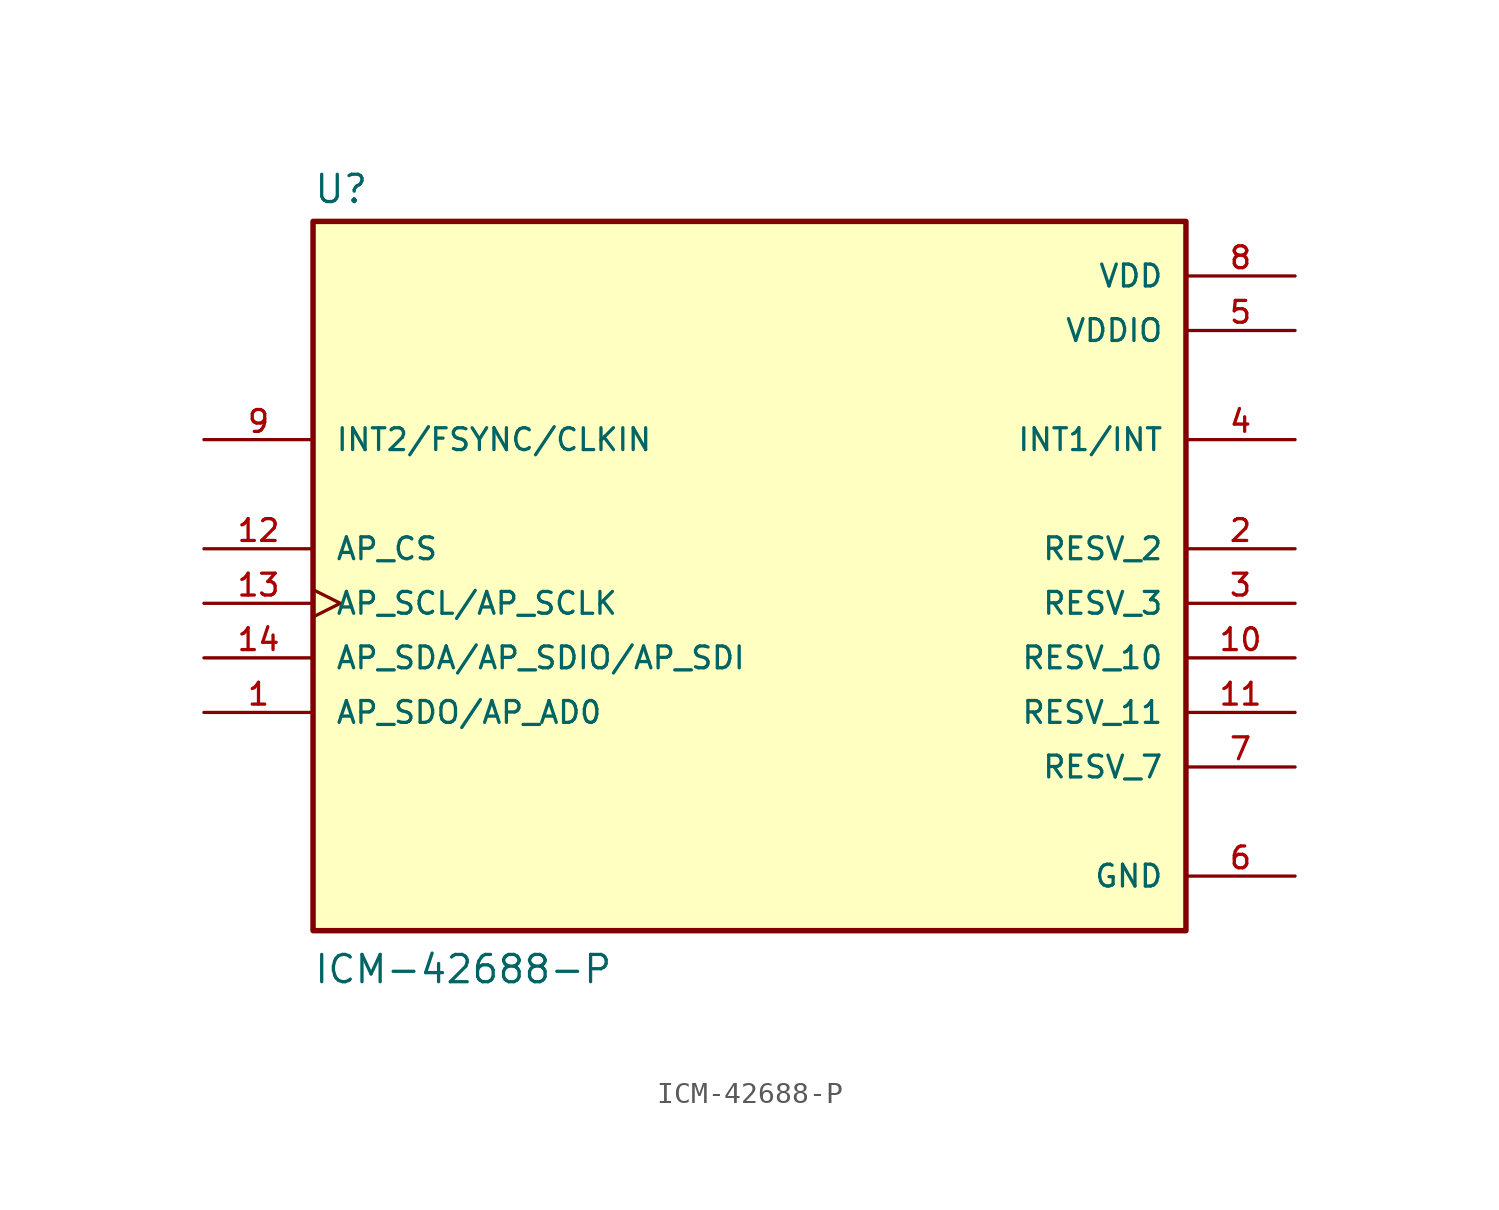
<source format=kicad_sym>
(kicad_symbol_lib
  (version 20211014)
  (generator kicad_symbol_editor)
  (symbol "ICM-42688-P"
    (pin_names
      (offset 1.016))
    (property "Reference" "U"
      (at -20.32 16.002 0)
      (effects (font (size 1.27 1.27)) (justify left bottom)))
    (property "Value" "ICM-42688-P"
      (at -20.32 -20.32 0)
      (effects (font (size 1.27 1.27)) (justify left bottom)))
    (symbol "ICM-42688-P_0_0"
      (rectangle (start -20.32 -17.78) (end 20.32 15.24) (stroke (width 0.254) (type default) (color 0 0 0 0)) (fill (type background)))
      (pin bidirectional line (at -25.4 -7.62 0) (length 5.08) (name "AP_SDO/AP_AD0" (effects (font (size 1.016 1.016)))) (number "1" (effects (font (size 1.016 1.016)))))
      (pin passive line (at 25.4 -5.08 180) (length 5.08) (name "RESV_10" (effects (font (size 1.016 1.016)))) (number "10" (effects (font (size 1.016 1.016)))))
      (pin passive line (at 25.4 -7.62 180) (length 5.08) (name "RESV_11" (effects (font (size 1.016 1.016)))) (number "11" (effects (font (size 1.016 1.016)))))
      (pin input line (at -25.4 0 0) (length 5.08) (name "AP_CS" (effects (font (size 1.016 1.016)))) (number "12" (effects (font (size 1.016 1.016)))))
      (pin input clock (at -25.4 -2.54 0) (length 5.08) (name "AP_SCL/AP_SCLK" (effects (font (size 1.016 1.016)))) (number "13" (effects (font (size 1.016 1.016)))))
      (pin bidirectional line (at -25.4 -5.08 0) (length 5.08) (name "AP_SDA/AP_SDIO/AP_SDI" (effects (font (size 1.016 1.016)))) (number "14" (effects (font (size 1.016 1.016)))))
      (pin passive line (at 25.4 0 180) (length 5.08) (name "RESV_2" (effects (font (size 1.016 1.016)))) (number "2" (effects (font (size 1.016 1.016)))))
      (pin passive line (at 25.4 -2.54 180) (length 5.08) (name "RESV_3" (effects (font (size 1.016 1.016)))) (number "3" (effects (font (size 1.016 1.016)))))
      (pin output line (at 25.4 5.08 180) (length 5.08) (name "INT1/INT" (effects (font (size 1.016 1.016)))) (number "4" (effects (font (size 1.016 1.016)))))
      (pin power_in line (at 25.4 10.16 180) (length 5.08) (name "VDDIO" (effects (font (size 1.016 1.016)))) (number "5" (effects (font (size 1.016 1.016)))))
      (pin power_in line (at 25.4 -15.24 180) (length 5.08) (name "GND" (effects (font (size 1.016 1.016)))) (number "6" (effects (font (size 1.016 1.016)))))
      (pin passive line (at 25.4 -10.16 180) (length 5.08) (name "RESV_7" (effects (font (size 1.016 1.016)))) (number "7" (effects (font (size 1.016 1.016)))))
      (pin power_in line (at 25.4 12.7 180) (length 5.08) (name "VDD" (effects (font (size 1.016 1.016)))) (number "8" (effects (font (size 1.016 1.016)))))
      (pin bidirectional line (at -25.4 5.08 0) (length 5.08) (name "INT2/FSYNC/CLKIN" (effects (font (size 1.016 1.016)))) (number "9" (effects (font (size 1.016 1.016))))))))
</source>
